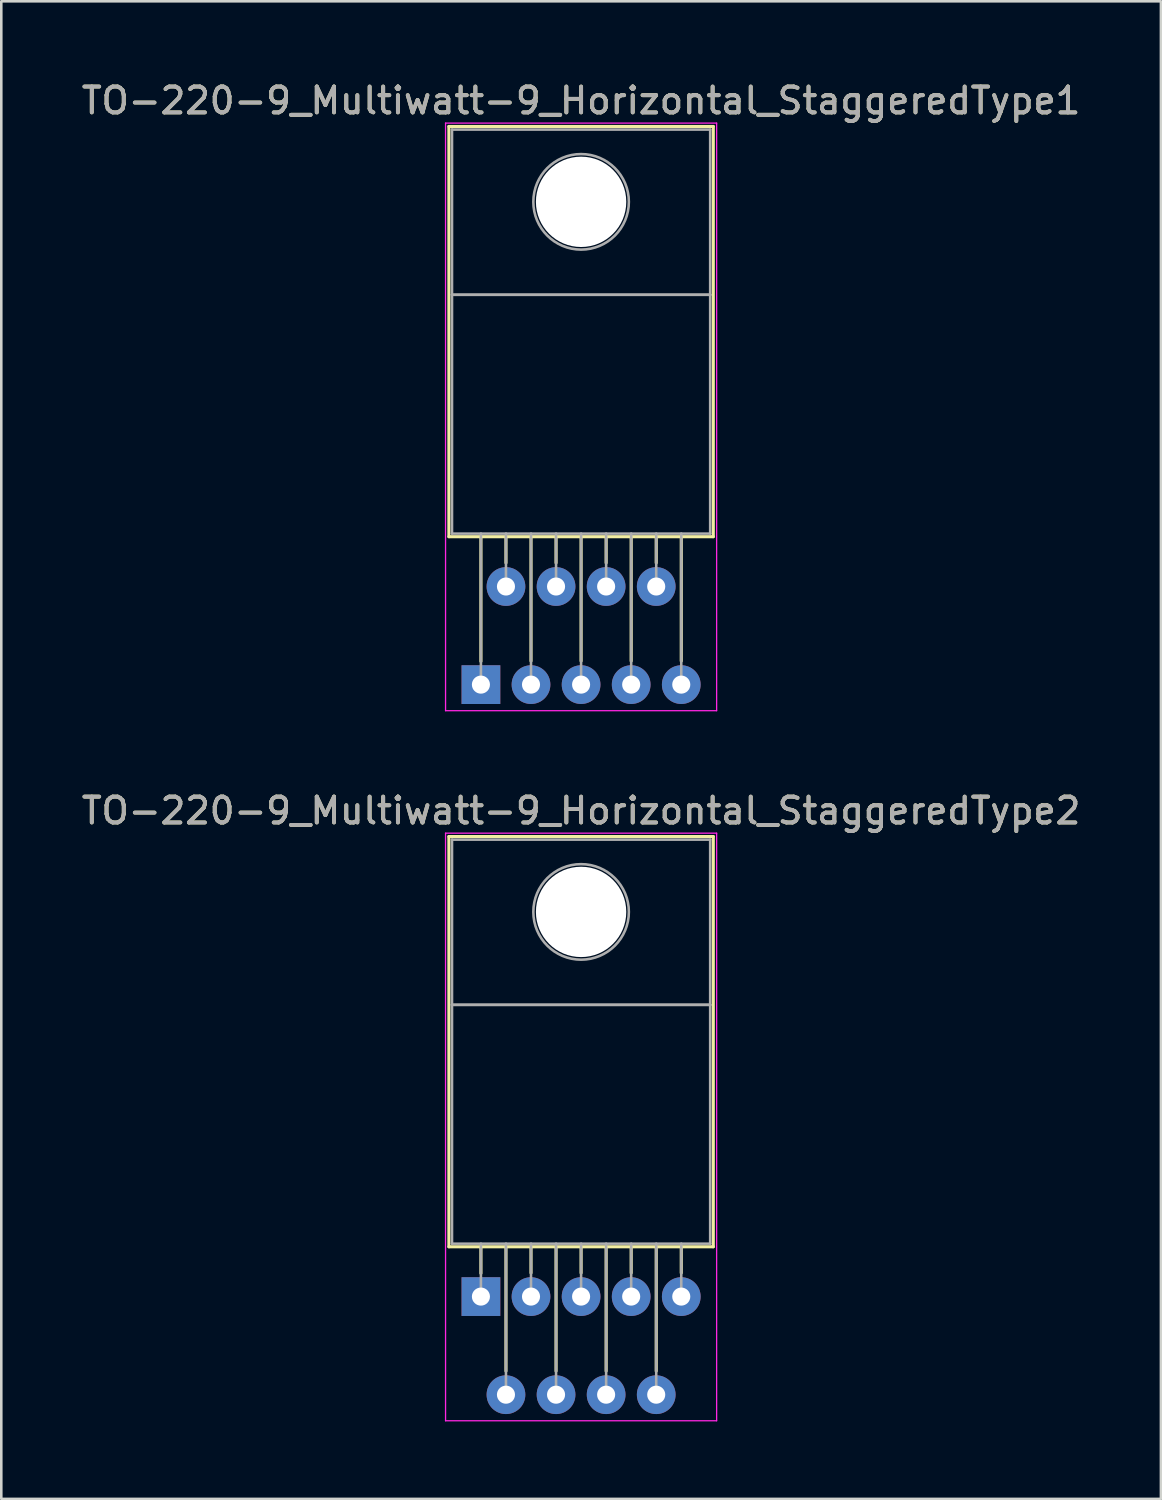
<source format=kicad_pcb>
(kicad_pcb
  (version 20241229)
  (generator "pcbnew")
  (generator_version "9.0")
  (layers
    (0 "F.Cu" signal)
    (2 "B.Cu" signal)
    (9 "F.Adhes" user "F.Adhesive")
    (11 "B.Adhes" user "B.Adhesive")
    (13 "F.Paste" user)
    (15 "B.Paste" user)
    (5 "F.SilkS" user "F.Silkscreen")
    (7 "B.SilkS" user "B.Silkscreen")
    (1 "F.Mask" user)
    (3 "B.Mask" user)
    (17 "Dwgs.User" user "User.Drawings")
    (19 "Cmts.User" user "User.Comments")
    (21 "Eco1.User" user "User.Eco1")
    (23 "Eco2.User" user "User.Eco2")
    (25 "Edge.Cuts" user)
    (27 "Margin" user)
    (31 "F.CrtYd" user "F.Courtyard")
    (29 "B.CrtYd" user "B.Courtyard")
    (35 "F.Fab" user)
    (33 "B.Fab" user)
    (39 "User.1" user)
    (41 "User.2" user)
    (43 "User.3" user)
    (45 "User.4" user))
  (footprint "TO-220-9_Multiwatt-9_Horizontal_StaggeredType1"
    (layer "F.Cu")
    (at 15.578 23.468)
    (property "Reference" "TO-220-9_Multiwatt-9_Horizontal_StaggeredType1" (at 3.88 -22.62 0) (layer "F.SilkS") (effects (font (size 1 1) (thickness 0.15))))
    (attr through_hole)
    (fp_line (start -1.241 -21.62) (end -1.241 -5.73) (stroke (width 0.12) (type solid)) (layer "F.SilkS"))
    (fp_line (start -1.241 -21.62) (end 9 -21.62) (stroke (width 0.12) (type solid)) (layer "F.SilkS"))
    (fp_line (start -1.241 -5.73) (end 9 -5.73) (stroke (width 0.12) (type solid)) (layer "F.SilkS"))
    (fp_line (start 0 -5.73) (end 0 -0.9) (stroke (width 0.12) (type solid)) (layer "F.SilkS"))
    (fp_line (start 0.97 -5.73) (end 0.97 -4.716) (stroke (width 0.12) (type solid)) (layer "F.SilkS"))
    (fp_line (start 1.94 -5.73) (end 1.94 -0.915) (stroke (width 0.12) (type solid)) (layer "F.SilkS"))
    (fp_line (start 2.91 -5.73) (end 2.91 -4.716) (stroke (width 0.12) (type solid)) (layer "F.SilkS"))
    (fp_line (start 3.88 -5.73) (end 3.88 -0.915) (stroke (width 0.12) (type solid)) (layer "F.SilkS"))
    (fp_line (start 4.85 -5.73) (end 4.85 -4.716) (stroke (width 0.12) (type solid)) (layer "F.SilkS"))
    (fp_line (start 5.82 -5.73) (end 5.82 -0.915) (stroke (width 0.12) (type solid)) (layer "F.SilkS"))
    (fp_line (start 6.79 -5.73) (end 6.79 -4.716) (stroke (width 0.12) (type solid)) (layer "F.SilkS"))
    (fp_line (start 7.76 -5.73) (end 7.76 -0.915) (stroke (width 0.12) (type solid)) (layer "F.SilkS"))
    (fp_line (start 9 -21.62) (end 9 -5.73) (stroke (width 0.12) (type solid)) (layer "F.SilkS"))
    (fp_line (start -1.37 -21.75) (end -1.37 1.01) (stroke (width 0.05) (type solid)) (layer "F.CrtYd"))
    (fp_line (start -1.37 1.01) (end 9.13 1.01) (stroke (width 0.05) (type solid)) (layer "F.CrtYd"))
    (fp_line (start 9.13 -21.75) (end -1.37 -21.75) (stroke (width 0.05) (type solid)) (layer "F.CrtYd"))
    (fp_line (start 9.13 1.01) (end 9.13 -21.75) (stroke (width 0.05) (type solid)) (layer "F.CrtYd"))
    (fp_line (start -1.12 -21.5) (end 8.88 -21.5) (stroke (width 0.1) (type solid)) (layer "F.Fab"))
    (fp_line (start -1.12 -15.1) (end -1.12 -21.5) (stroke (width 0.1) (type solid)) (layer "F.Fab"))
    (fp_line (start -1.12 -15.1) (end 8.88 -15.1) (stroke (width 0.1) (type solid)) (layer "F.Fab"))
    (fp_line (start -1.12 -5.85) (end -1.12 -15.1) (stroke (width 0.1) (type solid)) (layer "F.Fab"))
    (fp_line (start 0 -5.85) (end 0 0) (stroke (width 0.1) (type solid)) (layer "F.Fab"))
    (fp_line (start 0.97 -5.85) (end 0.97 -3.8) (stroke (width 0.1) (type solid)) (layer "F.Fab"))
    (fp_line (start 1.94 -5.85) (end 1.94 0) (stroke (width 0.1) (type solid)) (layer "F.Fab"))
    (fp_line (start 2.91 -5.85) (end 2.91 -3.8) (stroke (width 0.1) (type solid)) (layer "F.Fab"))
    (fp_line (start 3.88 -5.85) (end 3.88 0) (stroke (width 0.1) (type solid)) (layer "F.Fab"))
    (fp_line (start 4.85 -5.85) (end 4.85 -3.8) (stroke (width 0.1) (type solid)) (layer "F.Fab"))
    (fp_line (start 5.82 -5.85) (end 5.82 0) (stroke (width 0.1) (type solid)) (layer "F.Fab"))
    (fp_line (start 6.79 -5.85) (end 6.79 -3.8) (stroke (width 0.1) (type solid)) (layer "F.Fab"))
    (fp_line (start 7.76 -5.85) (end 7.76 0) (stroke (width 0.1) (type solid)) (layer "F.Fab"))
    (fp_line (start 8.88 -21.5) (end 8.88 -15.1) (stroke (width 0.1) (type solid)) (layer "F.Fab"))
    (fp_line (start 8.88 -15.1) (end -1.12 -15.1) (stroke (width 0.1) (type solid)) (layer "F.Fab"))
    (fp_line (start 8.88 -15.1) (end 8.88 -5.85) (stroke (width 0.1) (type solid)) (layer "F.Fab"))
    (fp_line (start 8.88 -5.85) (end -1.12 -5.85) (stroke (width 0.1) (type solid)) (layer "F.Fab"))
    (fp_circle (center 3.88 -18.7) (end 5.73 -18.7) (stroke (width 0.1) (type solid)) (fill no) (layer "F.Fab"))
    (fp_text user "${REFERENCE}" (at 3.88 -22.62 0) (layer "F.Fab") (effects (font (size 1 1) (thickness 0.15))))
    (pad "" np_thru_hole oval (at 3.88 -18.7) (size 3.5 3.5) (drill 3.5) (layers "*.Cu" "*.Mask"))
    (pad "1" thru_hole rect (at 0 0) (size 1.5 1.5) (drill 0.7) (layers "*.Cu" "*.Mask"))
    (pad "2" thru_hole oval (at 0.97 -3.8) (size 1.5 1.5) (drill 0.7) (layers "*.Cu" "*.Mask"))
    (pad "3" thru_hole oval (at 1.94 0) (size 1.5 1.5) (drill 0.7) (layers "*.Cu" "*.Mask"))
    (pad "4" thru_hole oval (at 2.91 -3.8) (size 1.5 1.5) (drill 0.7) (layers "*.Cu" "*.Mask"))
    (pad "5" thru_hole oval (at 3.88 0) (size 1.5 1.5) (drill 0.7) (layers "*.Cu" "*.Mask"))
    (pad "6" thru_hole oval (at 4.85 -3.8) (size 1.5 1.5) (drill 0.7) (layers "*.Cu" "*.Mask"))
    (pad "7" thru_hole oval (at 5.82 0) (size 1.5 1.5) (drill 0.7) (layers "*.Cu" "*.Mask"))
    (pad "8" thru_hole oval (at 6.79 -3.8) (size 1.5 1.5) (drill 0.7) (layers "*.Cu" "*.Mask"))
    (pad "9" thru_hole oval (at 7.76 0) (size 1.5 1.5) (drill 0.7) (layers "*.Cu" "*.Mask")))
  (footprint "TO-220-9_Multiwatt-9_Horizontal_StaggeredType2"
    (layer "F.Cu")
    (at 15.578 47.172)
    (property "Reference" "TO-220-9_Multiwatt-9_Horizontal_StaggeredType2" (at 3.88 -18.82 0) (layer "F.SilkS") (effects (font (size 1 1) (thickness 0.15))))
    (attr through_hole)
    (fp_line (start -1.241 -17.82) (end -1.241 -1.93) (stroke (width 0.12) (type solid)) (layer "F.SilkS"))
    (fp_line (start -1.241 -17.82) (end 9 -17.82) (stroke (width 0.12) (type solid)) (layer "F.SilkS"))
    (fp_line (start -1.241 -1.93) (end 9 -1.93) (stroke (width 0.12) (type solid)) (layer "F.SilkS"))
    (fp_line (start 0 -1.93) (end 0 -0.9) (stroke (width 0.12) (type solid)) (layer "F.SilkS"))
    (fp_line (start 0.97 -1.93) (end 0.97 2.885) (stroke (width 0.12) (type solid)) (layer "F.SilkS"))
    (fp_line (start 1.94 -1.93) (end 1.94 -0.916) (stroke (width 0.12) (type solid)) (layer "F.SilkS"))
    (fp_line (start 2.91 -1.93) (end 2.91 2.885) (stroke (width 0.12) (type solid)) (layer "F.SilkS"))
    (fp_line (start 3.88 -1.93) (end 3.88 -0.916) (stroke (width 0.12) (type solid)) (layer "F.SilkS"))
    (fp_line (start 4.85 -1.93) (end 4.85 2.885) (stroke (width 0.12) (type solid)) (layer "F.SilkS"))
    (fp_line (start 5.82 -1.93) (end 5.82 -0.916) (stroke (width 0.12) (type solid)) (layer "F.SilkS"))
    (fp_line (start 6.79 -1.93) (end 6.79 2.885) (stroke (width 0.12) (type solid)) (layer "F.SilkS"))
    (fp_line (start 7.76 -1.93) (end 7.76 -0.916) (stroke (width 0.12) (type solid)) (layer "F.SilkS"))
    (fp_line (start 9 -17.82) (end 9 -1.93) (stroke (width 0.12) (type solid)) (layer "F.SilkS"))
    (fp_line (start -1.37 -17.95) (end -1.37 4.81) (stroke (width 0.05) (type solid)) (layer "F.CrtYd"))
    (fp_line (start -1.37 4.81) (end 9.13 4.81) (stroke (width 0.05) (type solid)) (layer "F.CrtYd"))
    (fp_line (start 9.13 -17.95) (end -1.37 -17.95) (stroke (width 0.05) (type solid)) (layer "F.CrtYd"))
    (fp_line (start 9.13 4.81) (end 9.13 -17.95) (stroke (width 0.05) (type solid)) (layer "F.CrtYd"))
    (fp_line (start -1.12 -17.7) (end 8.88 -17.7) (stroke (width 0.1) (type solid)) (layer "F.Fab"))
    (fp_line (start -1.12 -11.3) (end -1.12 -17.7) (stroke (width 0.1) (type solid)) (layer "F.Fab"))
    (fp_line (start -1.12 -11.3) (end 8.88 -11.3) (stroke (width 0.1) (type solid)) (layer "F.Fab"))
    (fp_line (start -1.12 -2.05) (end -1.12 -11.3) (stroke (width 0.1) (type solid)) (layer "F.Fab"))
    (fp_line (start 0 -2.05) (end 0 0) (stroke (width 0.1) (type solid)) (layer "F.Fab"))
    (fp_line (start 0.97 -2.05) (end 0.97 3.8) (stroke (width 0.1) (type solid)) (layer "F.Fab"))
    (fp_line (start 1.94 -2.05) (end 1.94 0) (stroke (width 0.1) (type solid)) (layer "F.Fab"))
    (fp_line (start 2.91 -2.05) (end 2.91 3.8) (stroke (width 0.1) (type solid)) (layer "F.Fab"))
    (fp_line (start 3.88 -2.05) (end 3.88 0) (stroke (width 0.1) (type solid)) (layer "F.Fab"))
    (fp_line (start 4.85 -2.05) (end 4.85 3.8) (stroke (width 0.1) (type solid)) (layer "F.Fab"))
    (fp_line (start 5.82 -2.05) (end 5.82 0) (stroke (width 0.1) (type solid)) (layer "F.Fab"))
    (fp_line (start 6.79 -2.05) (end 6.79 3.8) (stroke (width 0.1) (type solid)) (layer "F.Fab"))
    (fp_line (start 7.76 -2.05) (end 7.76 0) (stroke (width 0.1) (type solid)) (layer "F.Fab"))
    (fp_line (start 8.88 -17.7) (end 8.88 -11.3) (stroke (width 0.1) (type solid)) (layer "F.Fab"))
    (fp_line (start 8.88 -11.3) (end -1.12 -11.3) (stroke (width 0.1) (type solid)) (layer "F.Fab"))
    (fp_line (start 8.88 -11.3) (end 8.88 -2.05) (stroke (width 0.1) (type solid)) (layer "F.Fab"))
    (fp_line (start 8.88 -2.05) (end -1.12 -2.05) (stroke (width 0.1) (type solid)) (layer "F.Fab"))
    (fp_circle (center 3.88 -14.9) (end 5.73 -14.9) (stroke (width 0.1) (type solid)) (fill no) (layer "F.Fab"))
    (fp_text user "${REFERENCE}" (at 3.88 -18.82 0) (layer "F.Fab") (effects (font (size 1 1) (thickness 0.15))))
    (pad "" np_thru_hole oval (at 3.88 -14.9) (size 3.5 3.5) (drill 3.5) (layers "*.Cu" "*.Mask"))
    (pad "1" thru_hole rect (at 0 0) (size 1.5 1.5) (drill 0.7) (layers "*.Cu" "*.Mask"))
    (pad "2" thru_hole oval (at 0.97 3.8) (size 1.5 1.5) (drill 0.7) (layers "*.Cu" "*.Mask"))
    (pad "3" thru_hole oval (at 1.94 0) (size 1.5 1.5) (drill 0.7) (layers "*.Cu" "*.Mask"))
    (pad "4" thru_hole oval (at 2.91 3.8) (size 1.5 1.5) (drill 0.7) (layers "*.Cu" "*.Mask"))
    (pad "5" thru_hole oval (at 3.88 0) (size 1.5 1.5) (drill 0.7) (layers "*.Cu" "*.Mask"))
    (pad "6" thru_hole oval (at 4.85 3.8) (size 1.5 1.5) (drill 0.7) (layers "*.Cu" "*.Mask"))
    (pad "7" thru_hole oval (at 5.82 0) (size 1.5 1.5) (drill 0.7) (layers "*.Cu" "*.Mask"))
    (pad "8" thru_hole oval (at 6.79 3.8) (size 1.5 1.5) (drill 0.7) (layers "*.Cu" "*.Mask"))
    (pad "9" thru_hole oval (at 7.76 0) (size 1.5 1.5) (drill 0.7) (layers "*.Cu" "*.Mask")))
  (gr_rect
    (start -3 -3)
    (end 41.917 55.007)
    (stroke (width 0.1) (type default))
    (fill no)
    (layer "Edge.Cuts")))
</source>
